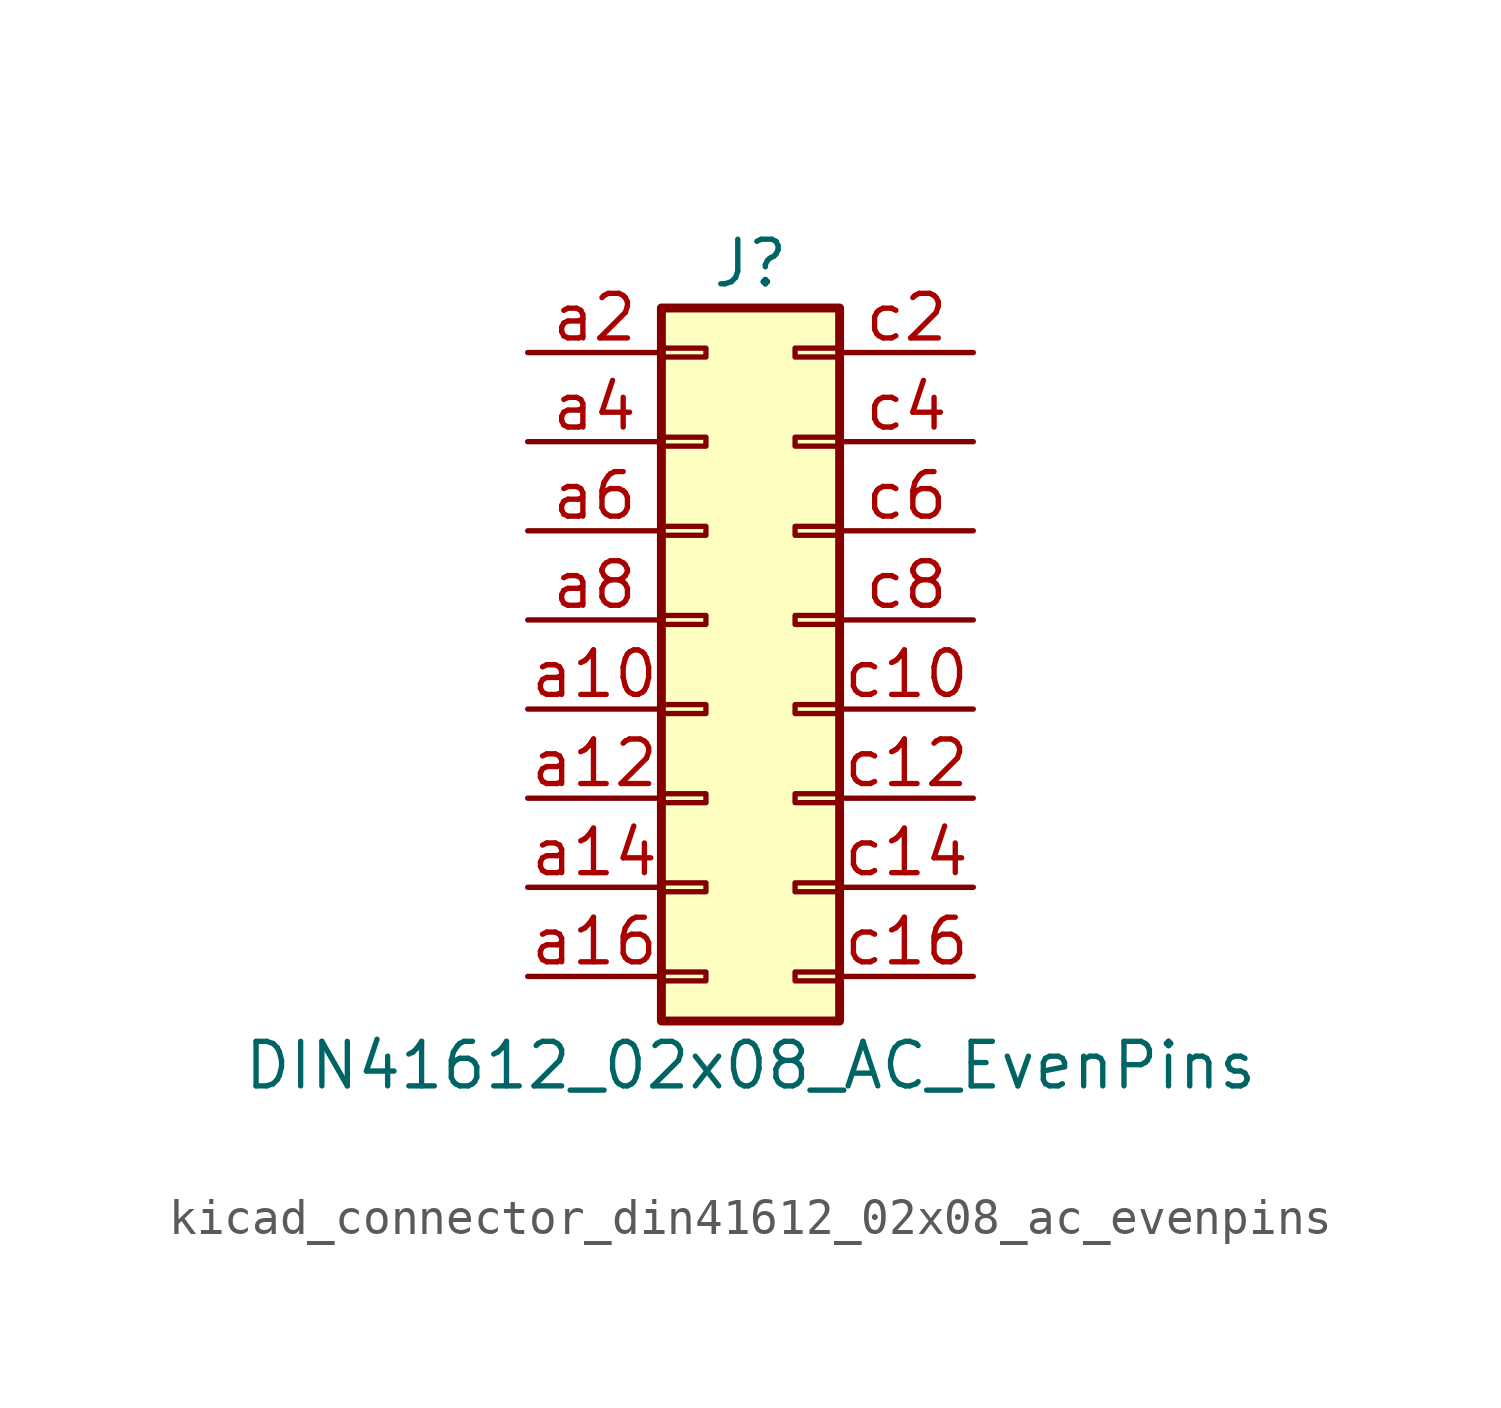
<source format=kicad_sym>
(kicad_symbol_lib
  (version 20220914)
  (generator kicad_symbol_editor)
  (symbol "kicad_connector_din41612_02x08_ac_evenpins"
    (pin_names
      (offset 1.016) hide)
    (property "Reference" "J"
      (at 1.27 10.16 0)
      (effects (font (size 1.27 1.27))))
    (property "Value" "DIN41612_02x08_AC_EvenPins"
      (at 1.27 -12.7 0)
      (effects (font (size 1.27 1.27))))
    (symbol "kicad_connector_din41612_02x08_ac_evenpins_1_1"
      (rectangle (start -1.27 -10.033) (end 0 -10.287) (stroke (width 0.152) (type default)) (fill (type none)))
      (rectangle (start -1.27 -7.493) (end 0 -7.747) (stroke (width 0.152) (type default)) (fill (type none)))
      (rectangle (start -1.27 -4.953) (end 0 -5.207) (stroke (width 0.152) (type default)) (fill (type none)))
      (rectangle (start -1.27 -2.413) (end 0 -2.667) (stroke (width 0.152) (type default)) (fill (type none)))
      (rectangle (start -1.27 0.127) (end 0 -0.127) (stroke (width 0.152) (type default)) (fill (type none)))
      (rectangle (start -1.27 2.667) (end 0 2.413) (stroke (width 0.152) (type default)) (fill (type none)))
      (rectangle (start -1.27 5.207) (end 0 4.953) (stroke (width 0.152) (type default)) (fill (type none)))
      (rectangle (start -1.27 7.747) (end 0 7.493) (stroke (width 0.152) (type default)) (fill (type none)))
      (rectangle (start -1.27 8.89) (end 3.81 -11.43) (stroke (width 0.254) (type default)) (fill (type background)))
      (rectangle (start 3.81 -10.033) (end 2.54 -10.287) (stroke (width 0.152) (type default)) (fill (type none)))
      (rectangle (start 3.81 -7.493) (end 2.54 -7.747) (stroke (width 0.152) (type default)) (fill (type none)))
      (rectangle (start 3.81 -4.953) (end 2.54 -5.207) (stroke (width 0.152) (type default)) (fill (type none)))
      (rectangle (start 3.81 -2.413) (end 2.54 -2.667) (stroke (width 0.152) (type default)) (fill (type none)))
      (rectangle (start 3.81 0.127) (end 2.54 -0.127) (stroke (width 0.152) (type default)) (fill (type none)))
      (rectangle (start 3.81 2.667) (end 2.54 2.413) (stroke (width 0.152) (type default)) (fill (type none)))
      (rectangle (start 3.81 5.207) (end 2.54 4.953) (stroke (width 0.152) (type default)) (fill (type none)))
      (rectangle (start 3.81 7.747) (end 2.54 7.493) (stroke (width 0.152) (type default)) (fill (type none)))
      (pin passive line (at -5.08 -2.54 0) (length 3.81) (name "Pin_a10" (effects (font (size 1.27 1.27)))) (number "a10" (effects (font (size 1.27 1.27)))))
      (pin passive line (at -5.08 -5.08 0) (length 3.81) (name "Pin_a12" (effects (font (size 1.27 1.27)))) (number "a12" (effects (font (size 1.27 1.27)))))
      (pin passive line (at -5.08 -7.62 0) (length 3.81) (name "Pin_a14" (effects (font (size 1.27 1.27)))) (number "a14" (effects (font (size 1.27 1.27)))))
      (pin passive line (at -5.08 -10.16 0) (length 3.81) (name "Pin_a16" (effects (font (size 1.27 1.27)))) (number "a16" (effects (font (size 1.27 1.27)))))
      (pin passive line (at -5.08 7.62 0) (length 3.81) (name "Pin_a2" (effects (font (size 1.27 1.27)))) (number "a2" (effects (font (size 1.27 1.27)))))
      (pin passive line (at -5.08 5.08 0) (length 3.81) (name "Pin_a4" (effects (font (size 1.27 1.27)))) (number "a4" (effects (font (size 1.27 1.27)))))
      (pin passive line (at -5.08 2.54 0) (length 3.81) (name "Pin_a6" (effects (font (size 1.27 1.27)))) (number "a6" (effects (font (size 1.27 1.27)))))
      (pin passive line (at -5.08 0 0) (length 3.81) (name "Pin_a8" (effects (font (size 1.27 1.27)))) (number "a8" (effects (font (size 1.27 1.27)))))
      (pin passive line (at 7.62 -2.54 180) (length 3.81) (name "Pin_c10" (effects (font (size 1.27 1.27)))) (number "c10" (effects (font (size 1.27 1.27)))))
      (pin passive line (at 7.62 -5.08 180) (length 3.81) (name "Pin_c12" (effects (font (size 1.27 1.27)))) (number "c12" (effects (font (size 1.27 1.27)))))
      (pin passive line (at 7.62 -7.62 180) (length 3.81) (name "Pin_c14" (effects (font (size 1.27 1.27)))) (number "c14" (effects (font (size 1.27 1.27)))))
      (pin passive line (at 7.62 -10.16 180) (length 3.81) (name "Pin_c16" (effects (font (size 1.27 1.27)))) (number "c16" (effects (font (size 1.27 1.27)))))
      (pin passive line (at 7.62 7.62 180) (length 3.81) (name "Pin_c2" (effects (font (size 1.27 1.27)))) (number "c2" (effects (font (size 1.27 1.27)))))
      (pin passive line (at 7.62 5.08 180) (length 3.81) (name "Pin_c4" (effects (font (size 1.27 1.27)))) (number "c4" (effects (font (size 1.27 1.27)))))
      (pin passive line (at 7.62 2.54 180) (length 3.81) (name "Pin_c6" (effects (font (size 1.27 1.27)))) (number "c6" (effects (font (size 1.27 1.27)))))
      (pin passive line (at 7.62 0 180) (length 3.81) (name "Pin_c8" (effects (font (size 1.27 1.27)))) (number "c8" (effects (font (size 1.27 1.27))))))))
</source>
